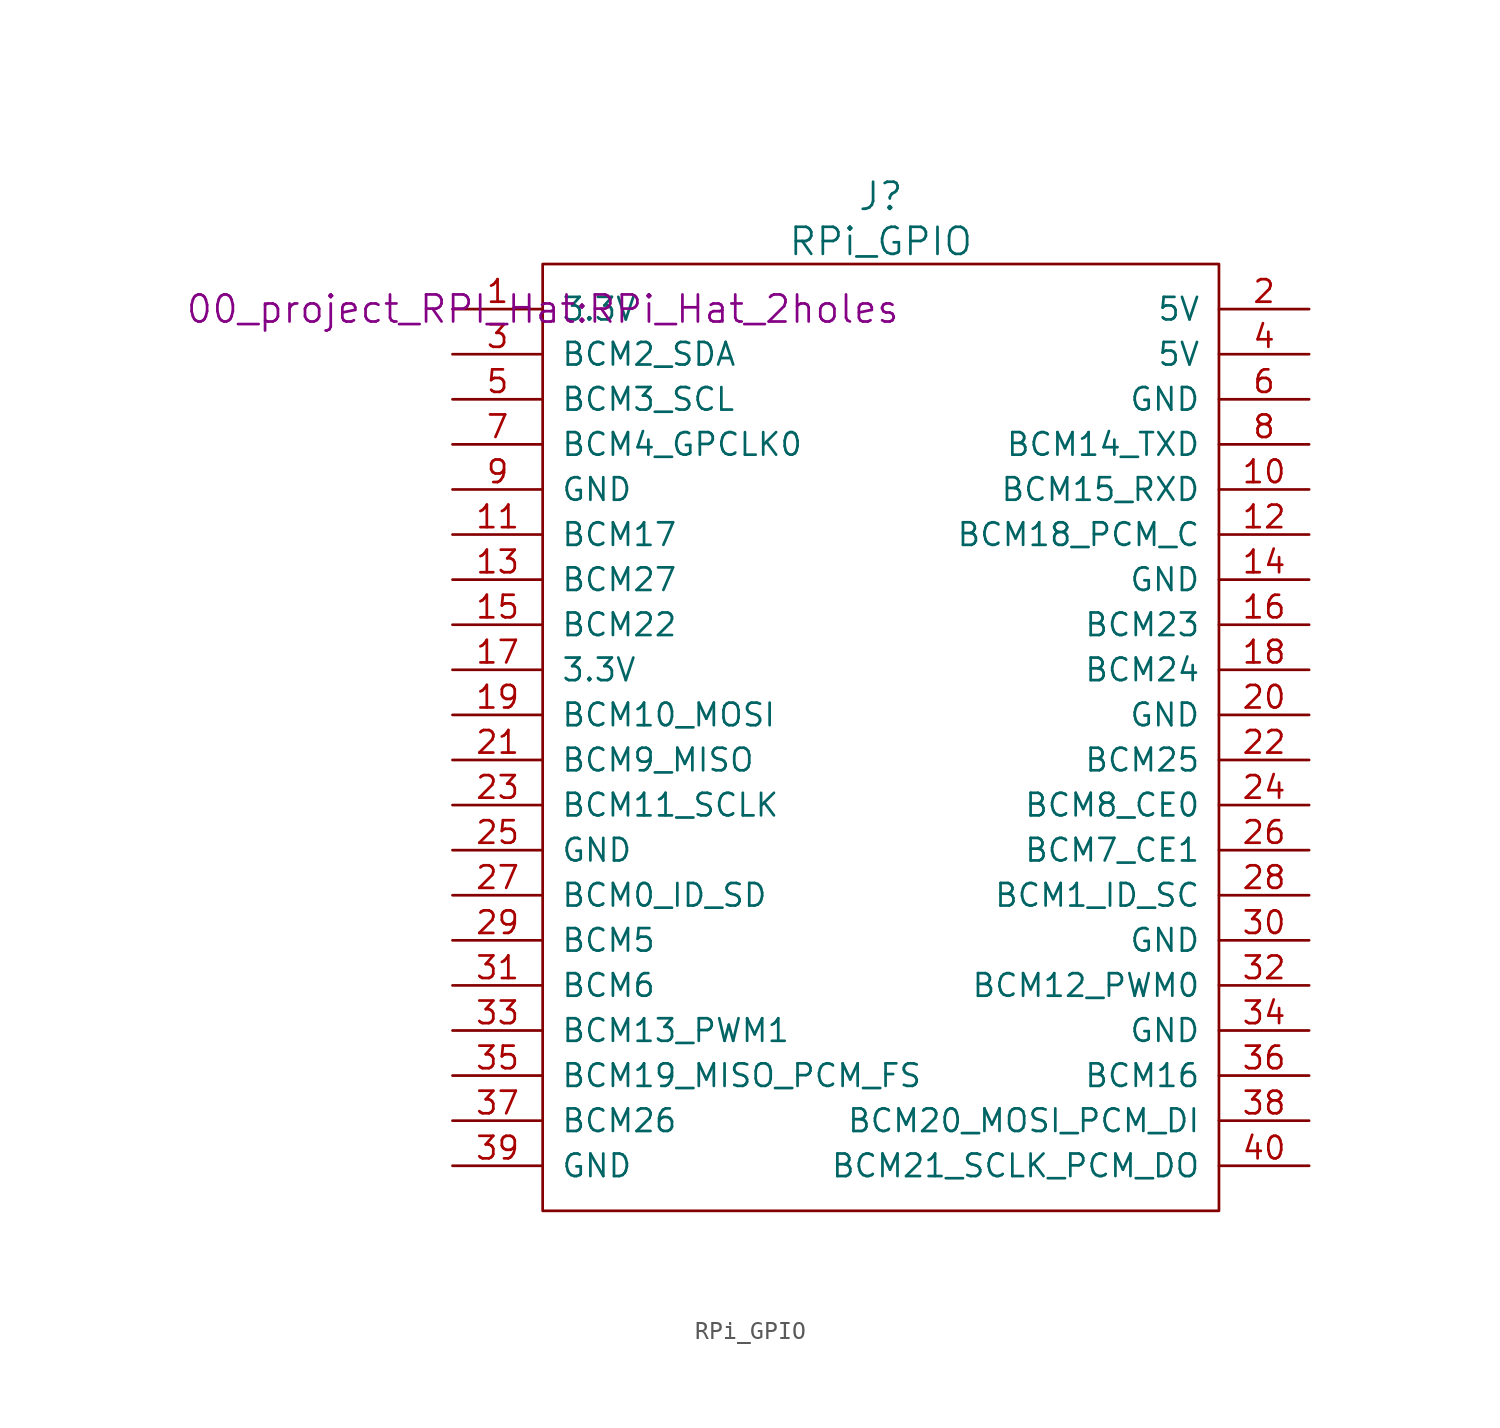
<source format=kicad_sym>
(kicad_symbol_lib
  (version 20220914)
  (generator kicad_symbol_editor)
  (symbol "RPi_GPIO"
    (pin_names
      (offset 1.016))
    (property "Reference" "J"
      (at 19.05 6.35 0)
      (effects (font (size 1.524 1.524))))
    (property "Value" "RPi_GPIO"
      (at 19.05 3.81 0)
      (effects (font (size 1.524 1.524))))
    (property "Footprint" "00_project_RPI_Hat:RPi_Hat_2holes"
      (at 0 0 0)
      (effects (font (size 1.524 1.524))))
    (property "Datasheet" ""
      (at 0 0 0)
      (effects (font (size 1.524 1.524))))
    (symbol "RPi_GPIO_0_1"
      (rectangle (start 0 2.54) (end 38.1 -50.8) (stroke (width 0) (type solid)) (fill (type none))))
    (symbol "RPi_GPIO_1_1"
      (pin power_in line (at -5.08 0 0) (length 5.08) (name "3.3V" (effects (font (size 1.27 1.27)))) (number "1" (effects (font (size 1.27 1.27)))))
      (pin bidirectional line (at 43.18 -10.16 180) (length 5.08) (name "BCM15_RXD" (effects (font (size 1.27 1.27)))) (number "10" (effects (font (size 1.27 1.27)))))
      (pin bidirectional line (at -5.08 -12.7 0) (length 5.08) (name "BCM17" (effects (font (size 1.27 1.27)))) (number "11" (effects (font (size 1.27 1.27)))))
      (pin bidirectional line (at 43.18 -12.7 180) (length 5.08) (name "BCM18_PCM_C" (effects (font (size 1.27 1.27)))) (number "12" (effects (font (size 1.27 1.27)))))
      (pin bidirectional line (at -5.08 -15.24 0) (length 5.08) (name "BCM27" (effects (font (size 1.27 1.27)))) (number "13" (effects (font (size 1.27 1.27)))))
      (pin power_in line (at 43.18 -15.24 180) (length 5.08) (name "GND" (effects (font (size 1.27 1.27)))) (number "14" (effects (font (size 1.27 1.27)))))
      (pin bidirectional line (at -5.08 -17.78 0) (length 5.08) (name "BCM22" (effects (font (size 1.27 1.27)))) (number "15" (effects (font (size 1.27 1.27)))))
      (pin bidirectional line (at 43.18 -17.78 180) (length 5.08) (name "BCM23" (effects (font (size 1.27 1.27)))) (number "16" (effects (font (size 1.27 1.27)))))
      (pin power_in line (at -5.08 -20.32 0) (length 5.08) (name "3.3V" (effects (font (size 1.27 1.27)))) (number "17" (effects (font (size 1.27 1.27)))))
      (pin bidirectional line (at 43.18 -20.32 180) (length 5.08) (name "BCM24" (effects (font (size 1.27 1.27)))) (number "18" (effects (font (size 1.27 1.27)))))
      (pin bidirectional line (at -5.08 -22.86 0) (length 5.08) (name "BCM10_MOSI" (effects (font (size 1.27 1.27)))) (number "19" (effects (font (size 1.27 1.27)))))
      (pin power_in line (at 43.18 0 180) (length 5.08) (name "5V" (effects (font (size 1.27 1.27)))) (number "2" (effects (font (size 1.27 1.27)))))
      (pin power_in line (at 43.18 -22.86 180) (length 5.08) (name "GND" (effects (font (size 1.27 1.27)))) (number "20" (effects (font (size 1.27 1.27)))))
      (pin bidirectional line (at -5.08 -25.4 0) (length 5.08) (name "BCM9_MISO" (effects (font (size 1.27 1.27)))) (number "21" (effects (font (size 1.27 1.27)))))
      (pin bidirectional line (at 43.18 -25.4 180) (length 5.08) (name "BCM25" (effects (font (size 1.27 1.27)))) (number "22" (effects (font (size 1.27 1.27)))))
      (pin bidirectional line (at -5.08 -27.94 0) (length 5.08) (name "BCM11_SCLK" (effects (font (size 1.27 1.27)))) (number "23" (effects (font (size 1.27 1.27)))))
      (pin bidirectional line (at 43.18 -27.94 180) (length 5.08) (name "BCM8_CE0" (effects (font (size 1.27 1.27)))) (number "24" (effects (font (size 1.27 1.27)))))
      (pin power_in line (at -5.08 -30.48 0) (length 5.08) (name "GND" (effects (font (size 1.27 1.27)))) (number "25" (effects (font (size 1.27 1.27)))))
      (pin bidirectional line (at 43.18 -30.48 180) (length 5.08) (name "BCM7_CE1" (effects (font (size 1.27 1.27)))) (number "26" (effects (font (size 1.27 1.27)))))
      (pin bidirectional line (at -5.08 -33.02 0) (length 5.08) (name "BCM0_ID_SD" (effects (font (size 1.27 1.27)))) (number "27" (effects (font (size 1.27 1.27)))))
      (pin bidirectional line (at 43.18 -33.02 180) (length 5.08) (name "BCM1_ID_SC" (effects (font (size 1.27 1.27)))) (number "28" (effects (font (size 1.27 1.27)))))
      (pin bidirectional line (at -5.08 -35.56 0) (length 5.08) (name "BCM5" (effects (font (size 1.27 1.27)))) (number "29" (effects (font (size 1.27 1.27)))))
      (pin bidirectional line (at -5.08 -2.54 0) (length 5.08) (name "BCM2_SDA" (effects (font (size 1.27 1.27)))) (number "3" (effects (font (size 1.27 1.27)))))
      (pin power_in line (at 43.18 -35.56 180) (length 5.08) (name "GND" (effects (font (size 1.27 1.27)))) (number "30" (effects (font (size 1.27 1.27)))))
      (pin bidirectional line (at -5.08 -38.1 0) (length 5.08) (name "BCM6" (effects (font (size 1.27 1.27)))) (number "31" (effects (font (size 1.27 1.27)))))
      (pin bidirectional line (at 43.18 -38.1 180) (length 5.08) (name "BCM12_PWM0" (effects (font (size 1.27 1.27)))) (number "32" (effects (font (size 1.27 1.27)))))
      (pin bidirectional line (at -5.08 -40.64 0) (length 5.08) (name "BCM13_PWM1" (effects (font (size 1.27 1.27)))) (number "33" (effects (font (size 1.27 1.27)))))
      (pin power_in line (at 43.18 -40.64 180) (length 5.08) (name "GND" (effects (font (size 1.27 1.27)))) (number "34" (effects (font (size 1.27 1.27)))))
      (pin bidirectional line (at -5.08 -43.18 0) (length 5.08) (name "BCM19_MISO_PCM_FS" (effects (font (size 1.27 1.27)))) (number "35" (effects (font (size 1.27 1.27)))))
      (pin bidirectional line (at 43.18 -43.18 180) (length 5.08) (name "BCM16" (effects (font (size 1.27 1.27)))) (number "36" (effects (font (size 1.27 1.27)))))
      (pin bidirectional line (at -5.08 -45.72 0) (length 5.08) (name "BCM26" (effects (font (size 1.27 1.27)))) (number "37" (effects (font (size 1.27 1.27)))))
      (pin bidirectional line (at 43.18 -45.72 180) (length 5.08) (name "BCM20_MOSI_PCM_DI" (effects (font (size 1.27 1.27)))) (number "38" (effects (font (size 1.27 1.27)))))
      (pin power_in line (at -5.08 -48.26 0) (length 5.08) (name "GND" (effects (font (size 1.27 1.27)))) (number "39" (effects (font (size 1.27 1.27)))))
      (pin power_in line (at 43.18 -2.54 180) (length 5.08) (name "5V" (effects (font (size 1.27 1.27)))) (number "4" (effects (font (size 1.27 1.27)))))
      (pin bidirectional line (at 43.18 -48.26 180) (length 5.08) (name "BCM21_SCLK_PCM_DO" (effects (font (size 1.27 1.27)))) (number "40" (effects (font (size 1.27 1.27)))))
      (pin bidirectional line (at -5.08 -5.08 0) (length 5.08) (name "BCM3_SCL" (effects (font (size 1.27 1.27)))) (number "5" (effects (font (size 1.27 1.27)))))
      (pin power_in line (at 43.18 -5.08 180) (length 5.08) (name "GND" (effects (font (size 1.27 1.27)))) (number "6" (effects (font (size 1.27 1.27)))))
      (pin bidirectional line (at -5.08 -7.62 0) (length 5.08) (name "BCM4_GPCLK0" (effects (font (size 1.27 1.27)))) (number "7" (effects (font (size 1.27 1.27)))))
      (pin bidirectional line (at 43.18 -7.62 180) (length 5.08) (name "BCM14_TXD" (effects (font (size 1.27 1.27)))) (number "8" (effects (font (size 1.27 1.27)))))
      (pin power_in line (at -5.08 -10.16 0) (length 5.08) (name "GND" (effects (font (size 1.27 1.27)))) (number "9" (effects (font (size 1.27 1.27))))))))
</source>
